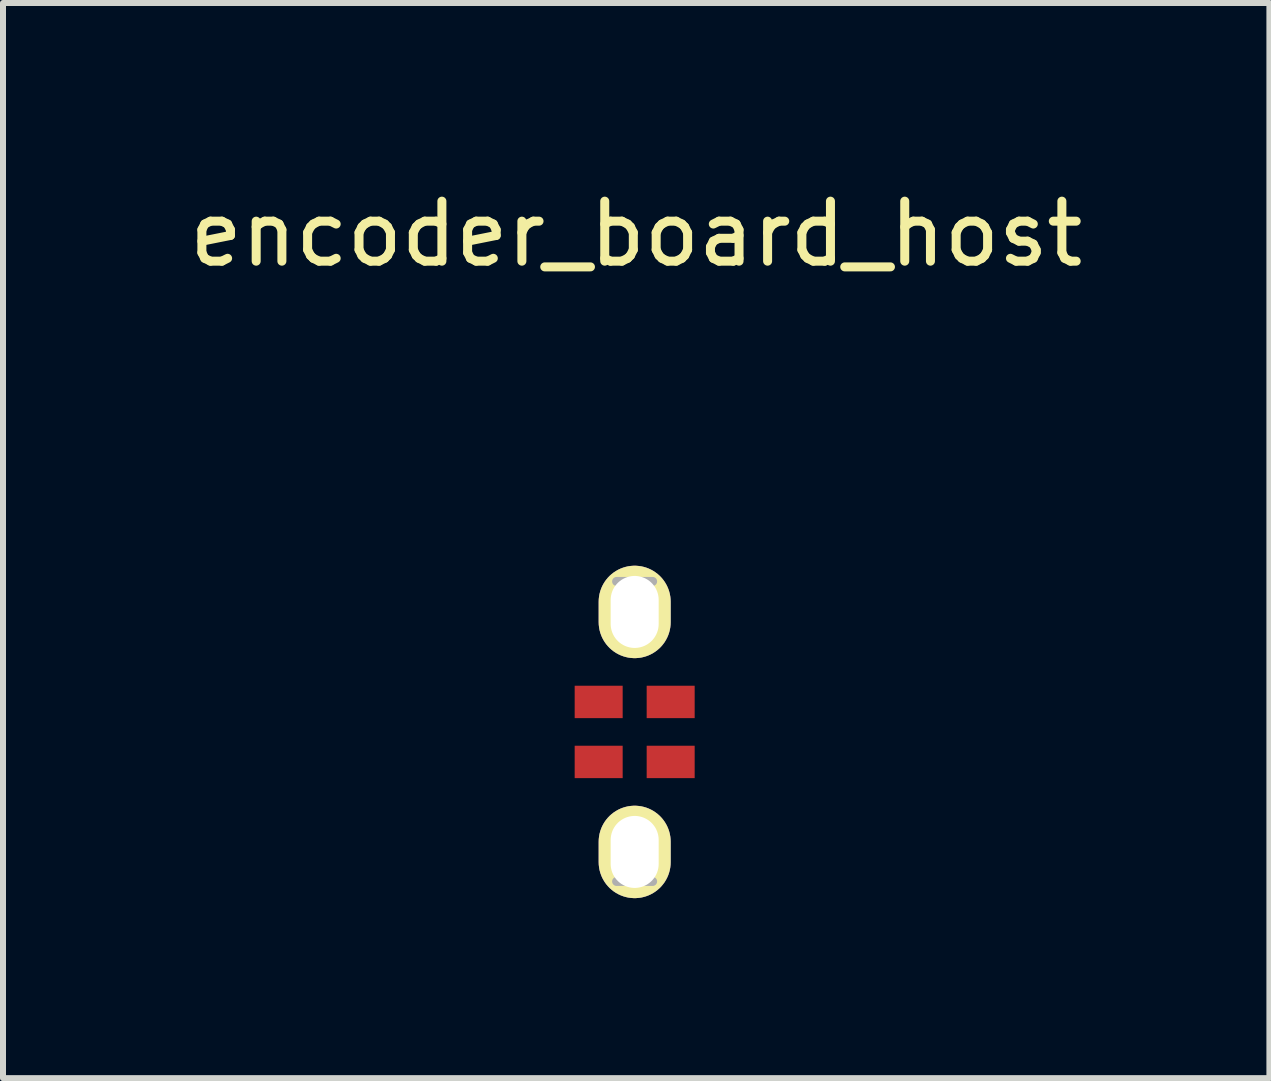
<source format=kicad_pcb>
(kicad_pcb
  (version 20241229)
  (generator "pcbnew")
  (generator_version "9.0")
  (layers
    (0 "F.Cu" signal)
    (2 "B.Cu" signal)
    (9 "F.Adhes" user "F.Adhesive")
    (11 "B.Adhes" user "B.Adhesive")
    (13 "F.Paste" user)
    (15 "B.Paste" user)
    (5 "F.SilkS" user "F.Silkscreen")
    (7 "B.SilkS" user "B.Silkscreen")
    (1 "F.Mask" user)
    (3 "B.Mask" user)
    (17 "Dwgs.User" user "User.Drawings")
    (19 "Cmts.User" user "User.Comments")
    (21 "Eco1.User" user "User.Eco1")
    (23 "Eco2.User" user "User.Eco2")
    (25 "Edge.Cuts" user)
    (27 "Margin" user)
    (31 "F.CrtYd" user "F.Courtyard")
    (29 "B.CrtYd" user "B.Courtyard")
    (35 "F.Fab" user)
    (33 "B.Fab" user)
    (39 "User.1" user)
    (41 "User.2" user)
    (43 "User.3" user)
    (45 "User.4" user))
  (footprint "encoder_board_host"
    (layer "F.Cu")
    (at 7.528 7.149)
    (property "Reference" "encoder_board_host" (at 0.025 -6.301 0) (unlocked yes) (layer "F.SilkS") (effects (font (size 1 1) (thickness 0.15))))
    (attr smd)
    (fp_line (start -0.301 4.492) (end 0.299 4.492) (stroke (width 0.15) (type solid)) (layer "F.Fab"))
    (fp_line (start 0.299 -0.508) (end -0.301 -0.508) (stroke (width 0.15) (type solid)) (layer "F.Fab"))
    (pad "1" thru_hole oval (at 0 0 90) (size 1.54 1.2) (drill oval 1.2 0.8) (layers "*.Cu" "*.Mask" "F.SilkS"))
    (pad "2" smd rect (at 0.6 1.5 90) (size 0.54 0.8) (layers "F.Cu" "F.Mask" "F.Paste"))
    (pad "3" smd rect (at 0.6 2.5 90) (size 0.54 0.8) (layers "F.Cu" "F.Mask" "F.Paste"))
    (pad "4" smd rect (at -0.6 1.5 90) (size 0.54 0.8) (layers "F.Cu" "F.Mask" "F.Paste"))
    (pad "5" smd rect (at -0.6 2.5 90) (size 0.54 0.8) (layers "F.Cu" "F.Mask" "F.Paste"))
    (pad "6" thru_hole oval (at 0 4 90) (size 1.54 1.2) (drill oval 1.2 0.8) (layers "*.Cu" "*.Mask" "F.SilkS")))
  (gr_rect
    (start -3 -3)
    (end 18.107 14.919)
    (stroke (width 0.1) (type default))
    (fill no)
    (layer "Edge.Cuts")))
</source>
